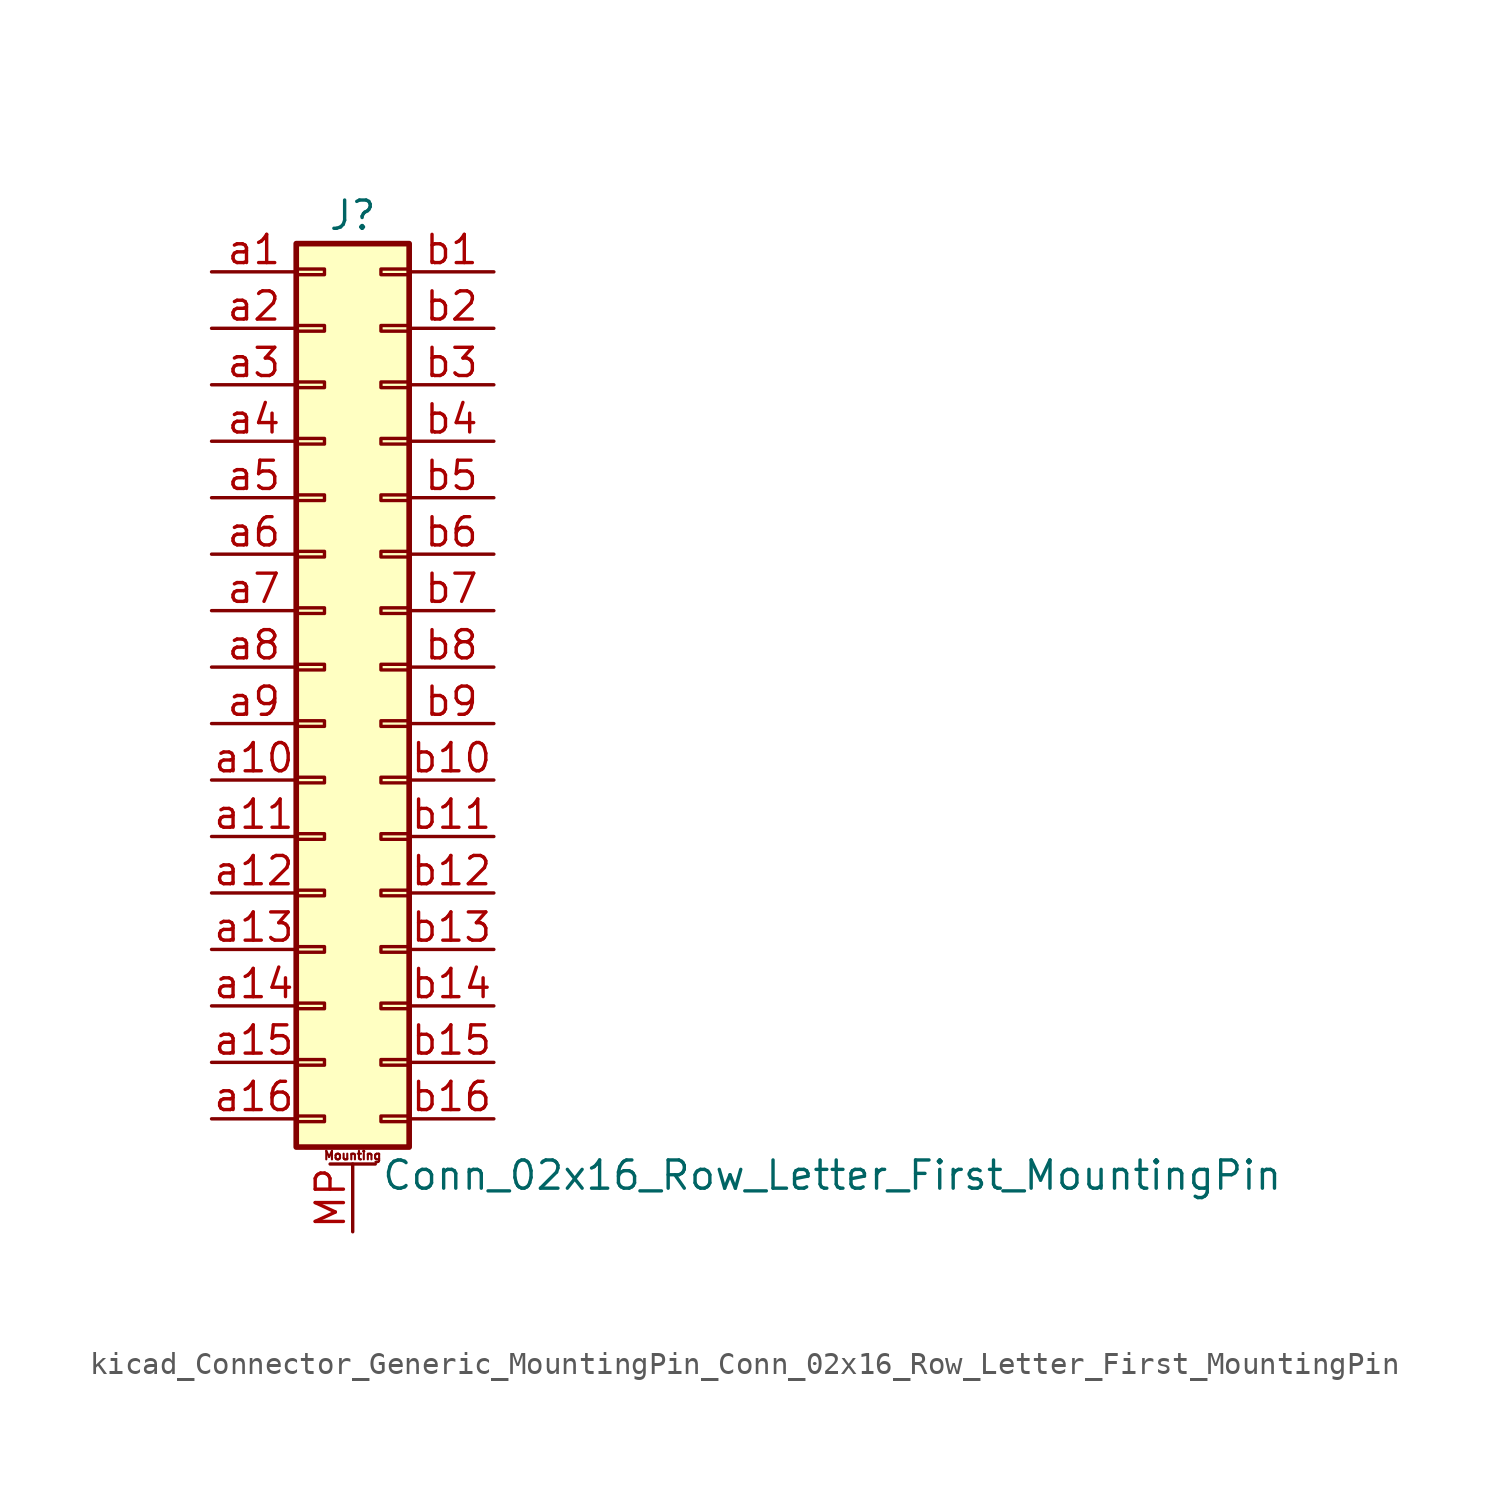
<source format=kicad_sym>
(kicad_symbol_lib
  (version 20220914)
  (generator kicad_symbol_editor)
  (symbol "kicad_Connector_Generic_MountingPin_Conn_02x16_Row_Letter_First_MountingPin"
    (pin_names
      (offset 1.016) hide)
    (property "Reference" "J"
      (at 1.27 20.32 0)
      (effects (font (size 1.27 1.27))))
    (property "Value" "Conn_02x16_Row_Letter_First_MountingPin"
      (at 2.54 -22.86 0)
      (effects (font (size 1.27 1.27)) (justify left)))
    (symbol "kicad_Connector_Generic_MountingPin_Conn_02x16_Row_Letter_First_MountingPin_1_1"
      (rectangle (start -1.27 -20.193) (end 0 -20.447) (stroke (width 0.152) (type default)) (fill (type none)))
      (rectangle (start -1.27 -17.653) (end 0 -17.907) (stroke (width 0.152) (type default)) (fill (type none)))
      (rectangle (start -1.27 -15.113) (end 0 -15.367) (stroke (width 0.152) (type default)) (fill (type none)))
      (rectangle (start -1.27 -12.573) (end 0 -12.827) (stroke (width 0.152) (type default)) (fill (type none)))
      (rectangle (start -1.27 -10.033) (end 0 -10.287) (stroke (width 0.152) (type default)) (fill (type none)))
      (rectangle (start -1.27 -7.493) (end 0 -7.747) (stroke (width 0.152) (type default)) (fill (type none)))
      (rectangle (start -1.27 -4.953) (end 0 -5.207) (stroke (width 0.152) (type default)) (fill (type none)))
      (rectangle (start -1.27 -2.413) (end 0 -2.667) (stroke (width 0.152) (type default)) (fill (type none)))
      (rectangle (start -1.27 0.127) (end 0 -0.127) (stroke (width 0.152) (type default)) (fill (type none)))
      (rectangle (start -1.27 2.667) (end 0 2.413) (stroke (width 0.152) (type default)) (fill (type none)))
      (rectangle (start -1.27 5.207) (end 0 4.953) (stroke (width 0.152) (type default)) (fill (type none)))
      (rectangle (start -1.27 7.747) (end 0 7.493) (stroke (width 0.152) (type default)) (fill (type none)))
      (rectangle (start -1.27 10.287) (end 0 10.033) (stroke (width 0.152) (type default)) (fill (type none)))
      (rectangle (start -1.27 12.827) (end 0 12.573) (stroke (width 0.152) (type default)) (fill (type none)))
      (rectangle (start -1.27 15.367) (end 0 15.113) (stroke (width 0.152) (type default)) (fill (type none)))
      (rectangle (start -1.27 17.907) (end 0 17.653) (stroke (width 0.152) (type default)) (fill (type none)))
      (rectangle (start -1.27 19.05) (end 3.81 -21.59) (stroke (width 0.254) (type default)) (fill (type background)))
      (polyline (pts (xy 0.254 -22.352) (xy 2.286 -22.352)) (stroke (width 0.152) (type default)) (fill (type none)))
      (rectangle (start 3.81 -20.193) (end 2.54 -20.447) (stroke (width 0.152) (type default)) (fill (type none)))
      (rectangle (start 3.81 -17.653) (end 2.54 -17.907) (stroke (width 0.152) (type default)) (fill (type none)))
      (rectangle (start 3.81 -15.113) (end 2.54 -15.367) (stroke (width 0.152) (type default)) (fill (type none)))
      (rectangle (start 3.81 -12.573) (end 2.54 -12.827) (stroke (width 0.152) (type default)) (fill (type none)))
      (rectangle (start 3.81 -10.033) (end 2.54 -10.287) (stroke (width 0.152) (type default)) (fill (type none)))
      (rectangle (start 3.81 -7.493) (end 2.54 -7.747) (stroke (width 0.152) (type default)) (fill (type none)))
      (rectangle (start 3.81 -4.953) (end 2.54 -5.207) (stroke (width 0.152) (type default)) (fill (type none)))
      (rectangle (start 3.81 -2.413) (end 2.54 -2.667) (stroke (width 0.152) (type default)) (fill (type none)))
      (rectangle (start 3.81 0.127) (end 2.54 -0.127) (stroke (width 0.152) (type default)) (fill (type none)))
      (rectangle (start 3.81 2.667) (end 2.54 2.413) (stroke (width 0.152) (type default)) (fill (type none)))
      (rectangle (start 3.81 5.207) (end 2.54 4.953) (stroke (width 0.152) (type default)) (fill (type none)))
      (rectangle (start 3.81 7.747) (end 2.54 7.493) (stroke (width 0.152) (type default)) (fill (type none)))
      (rectangle (start 3.81 10.287) (end 2.54 10.033) (stroke (width 0.152) (type default)) (fill (type none)))
      (rectangle (start 3.81 12.827) (end 2.54 12.573) (stroke (width 0.152) (type default)) (fill (type none)))
      (rectangle (start 3.81 15.367) (end 2.54 15.113) (stroke (width 0.152) (type default)) (fill (type none)))
      (rectangle (start 3.81 17.907) (end 2.54 17.653) (stroke (width 0.152) (type default)) (fill (type none)))
      (text "Mounting" (at 1.27 -21.971 0) (effects (font (size 0.381 0.381))))
      (pin passive line (at 1.27 -25.4 90) (length 3.048) (name "MountPin" (effects (font (size 1.27 1.27)))) (number "MP" (effects (font (size 1.27 1.27)))))
      (pin passive line (at -5.08 17.78 0) (length 3.81) (name "Pin_a1" (effects (font (size 1.27 1.27)))) (number "a1" (effects (font (size 1.27 1.27)))))
      (pin passive line (at -5.08 -5.08 0) (length 3.81) (name "Pin_a10" (effects (font (size 1.27 1.27)))) (number "a10" (effects (font (size 1.27 1.27)))))
      (pin passive line (at -5.08 -7.62 0) (length 3.81) (name "Pin_a11" (effects (font (size 1.27 1.27)))) (number "a11" (effects (font (size 1.27 1.27)))))
      (pin passive line (at -5.08 -10.16 0) (length 3.81) (name "Pin_a12" (effects (font (size 1.27 1.27)))) (number "a12" (effects (font (size 1.27 1.27)))))
      (pin passive line (at -5.08 -12.7 0) (length 3.81) (name "Pin_a13" (effects (font (size 1.27 1.27)))) (number "a13" (effects (font (size 1.27 1.27)))))
      (pin passive line (at -5.08 -15.24 0) (length 3.81) (name "Pin_a14" (effects (font (size 1.27 1.27)))) (number "a14" (effects (font (size 1.27 1.27)))))
      (pin passive line (at -5.08 -17.78 0) (length 3.81) (name "Pin_a15" (effects (font (size 1.27 1.27)))) (number "a15" (effects (font (size 1.27 1.27)))))
      (pin passive line (at -5.08 -20.32 0) (length 3.81) (name "Pin_a16" (effects (font (size 1.27 1.27)))) (number "a16" (effects (font (size 1.27 1.27)))))
      (pin passive line (at -5.08 15.24 0) (length 3.81) (name "Pin_a2" (effects (font (size 1.27 1.27)))) (number "a2" (effects (font (size 1.27 1.27)))))
      (pin passive line (at -5.08 12.7 0) (length 3.81) (name "Pin_a3" (effects (font (size 1.27 1.27)))) (number "a3" (effects (font (size 1.27 1.27)))))
      (pin passive line (at -5.08 10.16 0) (length 3.81) (name "Pin_a4" (effects (font (size 1.27 1.27)))) (number "a4" (effects (font (size 1.27 1.27)))))
      (pin passive line (at -5.08 7.62 0) (length 3.81) (name "Pin_a5" (effects (font (size 1.27 1.27)))) (number "a5" (effects (font (size 1.27 1.27)))))
      (pin passive line (at -5.08 5.08 0) (length 3.81) (name "Pin_a6" (effects (font (size 1.27 1.27)))) (number "a6" (effects (font (size 1.27 1.27)))))
      (pin passive line (at -5.08 2.54 0) (length 3.81) (name "Pin_a7" (effects (font (size 1.27 1.27)))) (number "a7" (effects (font (size 1.27 1.27)))))
      (pin passive line (at -5.08 0 0) (length 3.81) (name "Pin_a8" (effects (font (size 1.27 1.27)))) (number "a8" (effects (font (size 1.27 1.27)))))
      (pin passive line (at -5.08 -2.54 0) (length 3.81) (name "Pin_a9" (effects (font (size 1.27 1.27)))) (number "a9" (effects (font (size 1.27 1.27)))))
      (pin passive line (at 7.62 17.78 180) (length 3.81) (name "Pin_b1" (effects (font (size 1.27 1.27)))) (number "b1" (effects (font (size 1.27 1.27)))))
      (pin passive line (at 7.62 -5.08 180) (length 3.81) (name "Pin_b10" (effects (font (size 1.27 1.27)))) (number "b10" (effects (font (size 1.27 1.27)))))
      (pin passive line (at 7.62 -7.62 180) (length 3.81) (name "Pin_b11" (effects (font (size 1.27 1.27)))) (number "b11" (effects (font (size 1.27 1.27)))))
      (pin passive line (at 7.62 -10.16 180) (length 3.81) (name "Pin_b12" (effects (font (size 1.27 1.27)))) (number "b12" (effects (font (size 1.27 1.27)))))
      (pin passive line (at 7.62 -12.7 180) (length 3.81) (name "Pin_b13" (effects (font (size 1.27 1.27)))) (number "b13" (effects (font (size 1.27 1.27)))))
      (pin passive line (at 7.62 -15.24 180) (length 3.81) (name "Pin_b14" (effects (font (size 1.27 1.27)))) (number "b14" (effects (font (size 1.27 1.27)))))
      (pin passive line (at 7.62 -17.78 180) (length 3.81) (name "Pin_b15" (effects (font (size 1.27 1.27)))) (number "b15" (effects (font (size 1.27 1.27)))))
      (pin passive line (at 7.62 -20.32 180) (length 3.81) (name "Pin_b16" (effects (font (size 1.27 1.27)))) (number "b16" (effects (font (size 1.27 1.27)))))
      (pin passive line (at 7.62 15.24 180) (length 3.81) (name "Pin_b2" (effects (font (size 1.27 1.27)))) (number "b2" (effects (font (size 1.27 1.27)))))
      (pin passive line (at 7.62 12.7 180) (length 3.81) (name "Pin_b3" (effects (font (size 1.27 1.27)))) (number "b3" (effects (font (size 1.27 1.27)))))
      (pin passive line (at 7.62 10.16 180) (length 3.81) (name "Pin_b4" (effects (font (size 1.27 1.27)))) (number "b4" (effects (font (size 1.27 1.27)))))
      (pin passive line (at 7.62 7.62 180) (length 3.81) (name "Pin_b5" (effects (font (size 1.27 1.27)))) (number "b5" (effects (font (size 1.27 1.27)))))
      (pin passive line (at 7.62 5.08 180) (length 3.81) (name "Pin_b6" (effects (font (size 1.27 1.27)))) (number "b6" (effects (font (size 1.27 1.27)))))
      (pin passive line (at 7.62 2.54 180) (length 3.81) (name "Pin_b7" (effects (font (size 1.27 1.27)))) (number "b7" (effects (font (size 1.27 1.27)))))
      (pin passive line (at 7.62 0 180) (length 3.81) (name "Pin_b8" (effects (font (size 1.27 1.27)))) (number "b8" (effects (font (size 1.27 1.27)))))
      (pin passive line (at 7.62 -2.54 180) (length 3.81) (name "Pin_b9" (effects (font (size 1.27 1.27)))) (number "b9" (effects (font (size 1.27 1.27))))))))
</source>
